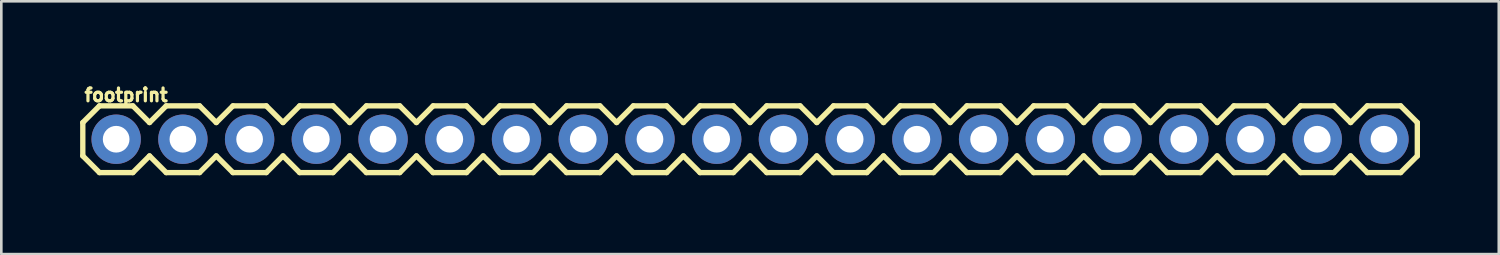
<source format=kicad_pcb>
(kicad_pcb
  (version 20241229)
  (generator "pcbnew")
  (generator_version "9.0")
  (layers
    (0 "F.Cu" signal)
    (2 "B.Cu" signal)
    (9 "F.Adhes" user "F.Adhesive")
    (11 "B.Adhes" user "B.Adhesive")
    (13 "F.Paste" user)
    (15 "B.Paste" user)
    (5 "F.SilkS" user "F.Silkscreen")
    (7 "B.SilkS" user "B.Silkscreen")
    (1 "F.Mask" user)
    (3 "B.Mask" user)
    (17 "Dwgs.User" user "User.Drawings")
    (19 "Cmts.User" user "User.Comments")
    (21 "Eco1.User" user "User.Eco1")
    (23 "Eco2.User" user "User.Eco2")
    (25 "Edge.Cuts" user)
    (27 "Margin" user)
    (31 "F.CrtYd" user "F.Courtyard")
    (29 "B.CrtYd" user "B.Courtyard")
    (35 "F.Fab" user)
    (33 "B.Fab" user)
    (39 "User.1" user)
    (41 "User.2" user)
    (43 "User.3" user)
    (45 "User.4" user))
  (footprint "footprint"
    (layer "F.Cu")
    (at 1.372 2.25)
    (property "Reference" "footprint" (at -1.27 -1.397 0) (layer "F.SilkS") (effects (font (size 0.488 0.488) (thickness 0.122)) (justify left bottom)))
    (fp_line (start -1.27 -0.635) (end -1.27 0.635) (stroke (width 0.203) (type solid)) (layer "F.SilkS"))
    (fp_line (start -1.27 0.635) (end -0.635 1.27) (stroke (width 0.203) (type solid)) (layer "F.SilkS"))
    (fp_line (start -0.635 -1.27) (end -1.27 -0.635) (stroke (width 0.203) (type solid)) (layer "F.SilkS"))
    (fp_line (start -0.635 -1.27) (end 0.635 -1.27) (stroke (width 0.203) (type solid)) (layer "F.SilkS"))
    (fp_line (start 0.635 -1.27) (end 1.27 -0.635) (stroke (width 0.203) (type solid)) (layer "F.SilkS"))
    (fp_line (start 0.635 1.27) (end -0.635 1.27) (stroke (width 0.203) (type solid)) (layer "F.SilkS"))
    (fp_line (start 1.27 -0.635) (end 1.905 -1.27) (stroke (width 0.203) (type solid)) (layer "F.SilkS"))
    (fp_line (start 1.27 0.635) (end 0.635 1.27) (stroke (width 0.203) (type solid)) (layer "F.SilkS"))
    (fp_line (start 1.905 -1.27) (end 3.175 -1.27) (stroke (width 0.203) (type solid)) (layer "F.SilkS"))
    (fp_line (start 1.905 1.27) (end 1.27 0.635) (stroke (width 0.203) (type solid)) (layer "F.SilkS"))
    (fp_line (start 3.175 -1.27) (end 3.81 -0.635) (stroke (width 0.203) (type solid)) (layer "F.SilkS"))
    (fp_line (start 3.175 1.27) (end 1.905 1.27) (stroke (width 0.203) (type solid)) (layer "F.SilkS"))
    (fp_line (start 3.81 -0.635) (end 4.445 -1.27) (stroke (width 0.203) (type solid)) (layer "F.SilkS"))
    (fp_line (start 3.81 0.635) (end 3.175 1.27) (stroke (width 0.203) (type solid)) (layer "F.SilkS"))
    (fp_line (start 4.445 -1.27) (end 5.715 -1.27) (stroke (width 0.203) (type solid)) (layer "F.SilkS"))
    (fp_line (start 4.445 1.27) (end 3.81 0.635) (stroke (width 0.203) (type solid)) (layer "F.SilkS"))
    (fp_line (start 5.715 -1.27) (end 6.35 -0.635) (stroke (width 0.203) (type solid)) (layer "F.SilkS"))
    (fp_line (start 5.715 1.27) (end 4.445 1.27) (stroke (width 0.203) (type solid)) (layer "F.SilkS"))
    (fp_line (start 6.35 0.635) (end 5.715 1.27) (stroke (width 0.203) (type solid)) (layer "F.SilkS"))
    (fp_line (start 6.35 0.635) (end 6.985 1.27) (stroke (width 0.203) (type solid)) (layer "F.SilkS"))
    (fp_line (start 6.985 -1.27) (end 6.35 -0.635) (stroke (width 0.203) (type solid)) (layer "F.SilkS"))
    (fp_line (start 6.985 -1.27) (end 8.255 -1.27) (stroke (width 0.203) (type solid)) (layer "F.SilkS"))
    (fp_line (start 8.255 -1.27) (end 8.89 -0.635) (stroke (width 0.203) (type solid)) (layer "F.SilkS"))
    (fp_line (start 8.255 1.27) (end 6.985 1.27) (stroke (width 0.203) (type solid)) (layer "F.SilkS"))
    (fp_line (start 8.89 -0.635) (end 9.525 -1.27) (stroke (width 0.203) (type solid)) (layer "F.SilkS"))
    (fp_line (start 8.89 0.635) (end 8.255 1.27) (stroke (width 0.203) (type solid)) (layer "F.SilkS"))
    (fp_line (start 9.525 -1.27) (end 10.795 -1.27) (stroke (width 0.203) (type solid)) (layer "F.SilkS"))
    (fp_line (start 9.525 1.27) (end 8.89 0.635) (stroke (width 0.203) (type solid)) (layer "F.SilkS"))
    (fp_line (start 10.795 -1.27) (end 11.43 -0.635) (stroke (width 0.203) (type solid)) (layer "F.SilkS"))
    (fp_line (start 10.795 1.27) (end 9.525 1.27) (stroke (width 0.203) (type solid)) (layer "F.SilkS"))
    (fp_line (start 11.43 -0.635) (end 12.065 -1.27) (stroke (width 0.203) (type solid)) (layer "F.SilkS"))
    (fp_line (start 11.43 0.635) (end 10.795 1.27) (stroke (width 0.203) (type solid)) (layer "F.SilkS"))
    (fp_line (start 12.065 -1.27) (end 13.335 -1.27) (stroke (width 0.203) (type solid)) (layer "F.SilkS"))
    (fp_line (start 12.065 1.27) (end 11.43 0.635) (stroke (width 0.203) (type solid)) (layer "F.SilkS"))
    (fp_line (start 13.335 -1.27) (end 13.97 -0.635) (stroke (width 0.203) (type solid)) (layer "F.SilkS"))
    (fp_line (start 13.335 1.27) (end 12.065 1.27) (stroke (width 0.203) (type solid)) (layer "F.SilkS"))
    (fp_line (start 13.97 0.635) (end 13.335 1.27) (stroke (width 0.203) (type solid)) (layer "F.SilkS"))
    (fp_line (start 13.97 0.635) (end 14.605 1.27) (stroke (width 0.203) (type solid)) (layer "F.SilkS"))
    (fp_line (start 14.605 -1.27) (end 13.97 -0.635) (stroke (width 0.203) (type solid)) (layer "F.SilkS"))
    (fp_line (start 14.605 -1.27) (end 15.875 -1.27) (stroke (width 0.203) (type solid)) (layer "F.SilkS"))
    (fp_line (start 15.875 -1.27) (end 16.51 -0.635) (stroke (width 0.203) (type solid)) (layer "F.SilkS"))
    (fp_line (start 15.875 1.27) (end 14.605 1.27) (stroke (width 0.203) (type solid)) (layer "F.SilkS"))
    (fp_line (start 16.51 0.635) (end 15.875 1.27) (stroke (width 0.203) (type solid)) (layer "F.SilkS"))
    (fp_line (start 16.51 0.635) (end 17.145 1.27) (stroke (width 0.203) (type solid)) (layer "F.SilkS"))
    (fp_line (start 17.145 -1.27) (end 16.51 -0.635) (stroke (width 0.203) (type solid)) (layer "F.SilkS"))
    (fp_line (start 17.145 -1.27) (end 18.415 -1.27) (stroke (width 0.203) (type solid)) (layer "F.SilkS"))
    (fp_line (start 18.415 -1.27) (end 19.05 -0.635) (stroke (width 0.203) (type solid)) (layer "F.SilkS"))
    (fp_line (start 18.415 1.27) (end 17.145 1.27) (stroke (width 0.203) (type solid)) (layer "F.SilkS"))
    (fp_line (start 19.05 -0.635) (end 19.685 -1.27) (stroke (width 0.203) (type solid)) (layer "F.SilkS"))
    (fp_line (start 19.05 0.635) (end 18.415 1.27) (stroke (width 0.203) (type solid)) (layer "F.SilkS"))
    (fp_line (start 19.685 -1.27) (end 20.955 -1.27) (stroke (width 0.203) (type solid)) (layer "F.SilkS"))
    (fp_line (start 19.685 1.27) (end 19.05 0.635) (stroke (width 0.203) (type solid)) (layer "F.SilkS"))
    (fp_line (start 20.955 -1.27) (end 21.59 -0.635) (stroke (width 0.203) (type solid)) (layer "F.SilkS"))
    (fp_line (start 20.955 1.27) (end 19.685 1.27) (stroke (width 0.203) (type solid)) (layer "F.SilkS"))
    (fp_line (start 21.59 -0.635) (end 22.225 -1.27) (stroke (width 0.203) (type solid)) (layer "F.SilkS"))
    (fp_line (start 21.59 0.635) (end 20.955 1.27) (stroke (width 0.203) (type solid)) (layer "F.SilkS"))
    (fp_line (start 22.225 -1.27) (end 23.495 -1.27) (stroke (width 0.203) (type solid)) (layer "F.SilkS"))
    (fp_line (start 22.225 1.27) (end 21.59 0.635) (stroke (width 0.203) (type solid)) (layer "F.SilkS"))
    (fp_line (start 23.495 -1.27) (end 24.13 -0.635) (stroke (width 0.203) (type solid)) (layer "F.SilkS"))
    (fp_line (start 23.495 1.27) (end 22.225 1.27) (stroke (width 0.203) (type solid)) (layer "F.SilkS"))
    (fp_line (start 24.13 0.635) (end 23.495 1.27) (stroke (width 0.203) (type solid)) (layer "F.SilkS"))
    (fp_line (start 24.13 0.635) (end 24.765 1.27) (stroke (width 0.203) (type solid)) (layer "F.SilkS"))
    (fp_line (start 24.765 -1.27) (end 24.13 -0.635) (stroke (width 0.203) (type solid)) (layer "F.SilkS"))
    (fp_line (start 24.765 -1.27) (end 26.035 -1.27) (stroke (width 0.203) (type solid)) (layer "F.SilkS"))
    (fp_line (start 26.035 -1.27) (end 26.67 -0.635) (stroke (width 0.203) (type solid)) (layer "F.SilkS"))
    (fp_line (start 26.035 1.27) (end 24.765 1.27) (stroke (width 0.203) (type solid)) (layer "F.SilkS"))
    (fp_line (start 26.67 -0.635) (end 27.305 -1.27) (stroke (width 0.203) (type solid)) (layer "F.SilkS"))
    (fp_line (start 26.67 0.635) (end 26.035 1.27) (stroke (width 0.203) (type solid)) (layer "F.SilkS"))
    (fp_line (start 27.305 -1.27) (end 28.575 -1.27) (stroke (width 0.203) (type solid)) (layer "F.SilkS"))
    (fp_line (start 27.305 1.27) (end 26.67 0.635) (stroke (width 0.203) (type solid)) (layer "F.SilkS"))
    (fp_line (start 28.575 -1.27) (end 29.21 -0.635) (stroke (width 0.203) (type solid)) (layer "F.SilkS"))
    (fp_line (start 28.575 1.27) (end 27.305 1.27) (stroke (width 0.203) (type solid)) (layer "F.SilkS"))
    (fp_line (start 29.21 -0.635) (end 29.845 -1.27) (stroke (width 0.203) (type solid)) (layer "F.SilkS"))
    (fp_line (start 29.21 0.635) (end 28.575 1.27) (stroke (width 0.203) (type solid)) (layer "F.SilkS"))
    (fp_line (start 29.845 -1.27) (end 31.115 -1.27) (stroke (width 0.203) (type solid)) (layer "F.SilkS"))
    (fp_line (start 29.845 1.27) (end 29.21 0.635) (stroke (width 0.203) (type solid)) (layer "F.SilkS"))
    (fp_line (start 31.115 -1.27) (end 31.75 -0.635) (stroke (width 0.203) (type solid)) (layer "F.SilkS"))
    (fp_line (start 31.115 1.27) (end 29.845 1.27) (stroke (width 0.203) (type solid)) (layer "F.SilkS"))
    (fp_line (start 31.75 0.635) (end 31.115 1.27) (stroke (width 0.203) (type solid)) (layer "F.SilkS"))
    (fp_line (start 31.75 0.635) (end 32.385 1.27) (stroke (width 0.203) (type solid)) (layer "F.SilkS"))
    (fp_line (start 32.385 -1.27) (end 31.75 -0.635) (stroke (width 0.203) (type solid)) (layer "F.SilkS"))
    (fp_line (start 32.385 -1.27) (end 33.655 -1.27) (stroke (width 0.203) (type solid)) (layer "F.SilkS"))
    (fp_line (start 33.655 -1.27) (end 34.29 -0.635) (stroke (width 0.203) (type solid)) (layer "F.SilkS"))
    (fp_line (start 33.655 1.27) (end 32.385 1.27) (stroke (width 0.203) (type solid)) (layer "F.SilkS"))
    (fp_line (start 34.29 0.635) (end 33.655 1.27) (stroke (width 0.203) (type solid)) (layer "F.SilkS"))
    (fp_line (start 34.29 0.635) (end 34.925 1.27) (stroke (width 0.203) (type solid)) (layer "F.SilkS"))
    (fp_line (start 34.925 -1.27) (end 34.29 -0.635) (stroke (width 0.203) (type solid)) (layer "F.SilkS"))
    (fp_line (start 34.925 -1.27) (end 36.195 -1.27) (stroke (width 0.203) (type solid)) (layer "F.SilkS"))
    (fp_line (start 36.195 -1.27) (end 36.83 -0.635) (stroke (width 0.203) (type solid)) (layer "F.SilkS"))
    (fp_line (start 36.195 1.27) (end 34.925 1.27) (stroke (width 0.203) (type solid)) (layer "F.SilkS"))
    (fp_line (start 36.83 0.635) (end 36.195 1.27) (stroke (width 0.203) (type solid)) (layer "F.SilkS"))
    (fp_line (start 36.83 0.635) (end 37.465 1.27) (stroke (width 0.203) (type solid)) (layer "F.SilkS"))
    (fp_line (start 37.465 -1.27) (end 36.83 -0.635) (stroke (width 0.203) (type solid)) (layer "F.SilkS"))
    (fp_line (start 37.465 -1.27) (end 38.735 -1.27) (stroke (width 0.203) (type solid)) (layer "F.SilkS"))
    (fp_line (start 38.735 -1.27) (end 39.37 -0.635) (stroke (width 0.203) (type solid)) (layer "F.SilkS"))
    (fp_line (start 38.735 1.27) (end 37.465 1.27) (stroke (width 0.203) (type solid)) (layer "F.SilkS"))
    (fp_line (start 39.37 0.635) (end 38.735 1.27) (stroke (width 0.203) (type solid)) (layer "F.SilkS"))
    (fp_line (start 39.37 0.635) (end 40.005 1.27) (stroke (width 0.203) (type solid)) (layer "F.SilkS"))
    (fp_line (start 40.005 -1.27) (end 39.37 -0.635) (stroke (width 0.203) (type solid)) (layer "F.SilkS"))
    (fp_line (start 40.005 -1.27) (end 41.275 -1.27) (stroke (width 0.203) (type solid)) (layer "F.SilkS"))
    (fp_line (start 41.275 -1.27) (end 41.91 -0.635) (stroke (width 0.203) (type solid)) (layer "F.SilkS"))
    (fp_line (start 41.275 1.27) (end 40.005 1.27) (stroke (width 0.203) (type solid)) (layer "F.SilkS"))
    (fp_line (start 41.91 0.635) (end 41.275 1.27) (stroke (width 0.203) (type solid)) (layer "F.SilkS"))
    (fp_line (start 41.91 0.635) (end 42.545 1.27) (stroke (width 0.203) (type solid)) (layer "F.SilkS"))
    (fp_line (start 42.545 -1.27) (end 41.91 -0.635) (stroke (width 0.203) (type solid)) (layer "F.SilkS"))
    (fp_line (start 42.545 -1.27) (end 43.815 -1.27) (stroke (width 0.203) (type solid)) (layer "F.SilkS"))
    (fp_line (start 43.815 -1.27) (end 44.45 -0.635) (stroke (width 0.203) (type solid)) (layer "F.SilkS"))
    (fp_line (start 43.815 1.27) (end 42.545 1.27) (stroke (width 0.203) (type solid)) (layer "F.SilkS"))
    (fp_line (start 44.45 0.635) (end 43.815 1.27) (stroke (width 0.203) (type solid)) (layer "F.SilkS"))
    (fp_line (start 44.45 0.635) (end 45.085 1.27) (stroke (width 0.203) (type solid)) (layer "F.SilkS"))
    (fp_line (start 45.085 -1.27) (end 44.45 -0.635) (stroke (width 0.203) (type solid)) (layer "F.SilkS"))
    (fp_line (start 45.085 -1.27) (end 46.355 -1.27) (stroke (width 0.203) (type solid)) (layer "F.SilkS"))
    (fp_line (start 46.355 -1.27) (end 46.99 -0.635) (stroke (width 0.203) (type solid)) (layer "F.SilkS"))
    (fp_line (start 46.355 1.27) (end 45.085 1.27) (stroke (width 0.203) (type solid)) (layer "F.SilkS"))
    (fp_line (start 46.99 0.635) (end 46.355 1.27) (stroke (width 0.203) (type solid)) (layer "F.SilkS"))
    (fp_line (start 46.99 0.635) (end 47.625 1.27) (stroke (width 0.203) (type solid)) (layer "F.SilkS"))
    (fp_line (start 47.625 -1.27) (end 46.99 -0.635) (stroke (width 0.203) (type solid)) (layer "F.SilkS"))
    (fp_line (start 47.625 -1.27) (end 48.895 -1.27) (stroke (width 0.203) (type solid)) (layer "F.SilkS"))
    (fp_line (start 48.895 -1.27) (end 49.53 -0.635) (stroke (width 0.203) (type solid)) (layer "F.SilkS"))
    (fp_line (start 48.895 1.27) (end 47.625 1.27) (stroke (width 0.203) (type solid)) (layer "F.SilkS"))
    (fp_line (start 49.53 -0.635) (end 49.53 0.635) (stroke (width 0.203) (type solid)) (layer "F.SilkS"))
    (fp_line (start 49.53 0.635) (end 48.895 1.27) (stroke (width 0.203) (type solid)) (layer "F.SilkS"))
    (fp_poly (pts (xy -0.254 0.254) (xy 0.254 0.254) (xy 0.254 -0.254) (xy -0.254 -0.254)) (stroke (width 0.1) (type solid)) (fill no) (layer "F.Fab"))
    (fp_poly (pts (xy 2.286 0.254) (xy 2.794 0.254) (xy 2.794 -0.254) (xy 2.286 -0.254)) (stroke (width 0.1) (type solid)) (fill no) (layer "F.Fab"))
    (fp_poly (pts (xy 4.826 0.254) (xy 5.334 0.254) (xy 5.334 -0.254) (xy 4.826 -0.254)) (stroke (width 0.1) (type solid)) (fill no) (layer "F.Fab"))
    (fp_poly (pts (xy 7.366 0.254) (xy 7.874 0.254) (xy 7.874 -0.254) (xy 7.366 -0.254)) (stroke (width 0.1) (type solid)) (fill no) (layer "F.Fab"))
    (fp_poly (pts (xy 9.906 0.254) (xy 10.414 0.254) (xy 10.414 -0.254) (xy 9.906 -0.254)) (stroke (width 0.1) (type solid)) (fill no) (layer "F.Fab"))
    (fp_poly (pts (xy 12.446 0.254) (xy 12.954 0.254) (xy 12.954 -0.254) (xy 12.446 -0.254)) (stroke (width 0.1) (type solid)) (fill no) (layer "F.Fab"))
    (fp_poly (pts (xy 14.986 0.254) (xy 15.494 0.254) (xy 15.494 -0.254) (xy 14.986 -0.254)) (stroke (width 0.1) (type solid)) (fill no) (layer "F.Fab"))
    (fp_poly (pts (xy 17.526 0.254) (xy 18.034 0.254) (xy 18.034 -0.254) (xy 17.526 -0.254)) (stroke (width 0.1) (type solid)) (fill no) (layer "F.Fab"))
    (fp_poly (pts (xy 20.066 0.254) (xy 20.574 0.254) (xy 20.574 -0.254) (xy 20.066 -0.254)) (stroke (width 0.1) (type solid)) (fill no) (layer "F.Fab"))
    (fp_poly (pts (xy 22.606 0.254) (xy 23.114 0.254) (xy 23.114 -0.254) (xy 22.606 -0.254)) (stroke (width 0.1) (type solid)) (fill no) (layer "F.Fab"))
    (fp_poly (pts (xy 25.146 0.254) (xy 25.654 0.254) (xy 25.654 -0.254) (xy 25.146 -0.254)) (stroke (width 0.1) (type solid)) (fill no) (layer "F.Fab"))
    (fp_poly (pts (xy 27.686 0.254) (xy 28.194 0.254) (xy 28.194 -0.254) (xy 27.686 -0.254)) (stroke (width 0.1) (type solid)) (fill no) (layer "F.Fab"))
    (fp_poly (pts (xy 30.226 0.254) (xy 30.734 0.254) (xy 30.734 -0.254) (xy 30.226 -0.254)) (stroke (width 0.1) (type solid)) (fill no) (layer "F.Fab"))
    (fp_poly (pts (xy 32.766 0.254) (xy 33.274 0.254) (xy 33.274 -0.254) (xy 32.766 -0.254)) (stroke (width 0.1) (type solid)) (fill no) (layer "F.Fab"))
    (fp_poly (pts (xy 35.306 0.254) (xy 35.814 0.254) (xy 35.814 -0.254) (xy 35.306 -0.254)) (stroke (width 0.1) (type solid)) (fill no) (layer "F.Fab"))
    (fp_poly (pts (xy 37.846 0.254) (xy 38.354 0.254) (xy 38.354 -0.254) (xy 37.846 -0.254)) (stroke (width 0.1) (type solid)) (fill no) (layer "F.Fab"))
    (fp_poly (pts (xy 40.386 0.254) (xy 40.894 0.254) (xy 40.894 -0.254) (xy 40.386 -0.254)) (stroke (width 0.1) (type solid)) (fill no) (layer "F.Fab"))
    (fp_poly (pts (xy 42.926 0.254) (xy 43.434 0.254) (xy 43.434 -0.254) (xy 42.926 -0.254)) (stroke (width 0.1) (type solid)) (fill no) (layer "F.Fab"))
    (fp_poly (pts (xy 45.466 0.254) (xy 45.974 0.254) (xy 45.974 -0.254) (xy 45.466 -0.254)) (stroke (width 0.1) (type solid)) (fill no) (layer "F.Fab"))
    (fp_poly (pts (xy 48.006 0.254) (xy 48.514 0.254) (xy 48.514 -0.254) (xy 48.006 -0.254)) (stroke (width 0.1) (type solid)) (fill no) (layer "F.Fab"))
    (pad "1" thru_hole circle (at 0 0 90) (size 1.88 1.88) (drill 1.016) (layers "*.Cu" "*.Mask"))
    (pad "2" thru_hole circle (at 2.54 0 90) (size 1.88 1.88) (drill 1.016) (layers "*.Cu" "*.Mask"))
    (pad "3" thru_hole circle (at 5.08 0 90) (size 1.88 1.88) (drill 1.016) (layers "*.Cu" "*.Mask"))
    (pad "4" thru_hole circle (at 7.62 0 90) (size 1.88 1.88) (drill 1.016) (layers "*.Cu" "*.Mask"))
    (pad "5" thru_hole circle (at 10.16 0 90) (size 1.88 1.88) (drill 1.016) (layers "*.Cu" "*.Mask"))
    (pad "6" thru_hole circle (at 12.7 0 90) (size 1.88 1.88) (drill 1.016) (layers "*.Cu" "*.Mask"))
    (pad "7" thru_hole circle (at 15.24 0 90) (size 1.88 1.88) (drill 1.016) (layers "*.Cu" "*.Mask"))
    (pad "8" thru_hole circle (at 17.78 0 90) (size 1.88 1.88) (drill 1.016) (layers "*.Cu" "*.Mask"))
    (pad "9" thru_hole circle (at 20.32 0 90) (size 1.88 1.88) (drill 1.016) (layers "*.Cu" "*.Mask"))
    (pad "10" thru_hole circle (at 22.86 0 90) (size 1.88 1.88) (drill 1.016) (layers "*.Cu" "*.Mask"))
    (pad "11" thru_hole circle (at 25.4 0 90) (size 1.88 1.88) (drill 1.016) (layers "*.Cu" "*.Mask"))
    (pad "12" thru_hole circle (at 27.94 0 90) (size 1.88 1.88) (drill 1.016) (layers "*.Cu" "*.Mask"))
    (pad "13" thru_hole circle (at 30.48 0 90) (size 1.88 1.88) (drill 1.016) (layers "*.Cu" "*.Mask"))
    (pad "14" thru_hole circle (at 33.02 0 90) (size 1.88 1.88) (drill 1.016) (layers "*.Cu" "*.Mask"))
    (pad "15" thru_hole circle (at 35.56 0 90) (size 1.88 1.88) (drill 1.016) (layers "*.Cu" "*.Mask"))
    (pad "16" thru_hole circle (at 38.1 0 90) (size 1.88 1.88) (drill 1.016) (layers "*.Cu" "*.Mask"))
    (pad "17" thru_hole circle (at 40.64 0 90) (size 1.88 1.88) (drill 1.016) (layers "*.Cu" "*.Mask"))
    (pad "18" thru_hole circle (at 43.18 0 90) (size 1.88 1.88) (drill 1.016) (layers "*.Cu" "*.Mask"))
    (pad "19" thru_hole circle (at 45.72 0 90) (size 1.88 1.88) (drill 1.016) (layers "*.Cu" "*.Mask"))
    (pad "20" thru_hole circle (at 48.26 0 90) (size 1.88 1.88) (drill 1.016) (layers "*.Cu" "*.Mask")))
  (gr_rect
    (start -3 -3)
    (end 54.003 6.622)
    (stroke (width 0.1) (type default))
    (fill no)
    (layer "Edge.Cuts")))
</source>
